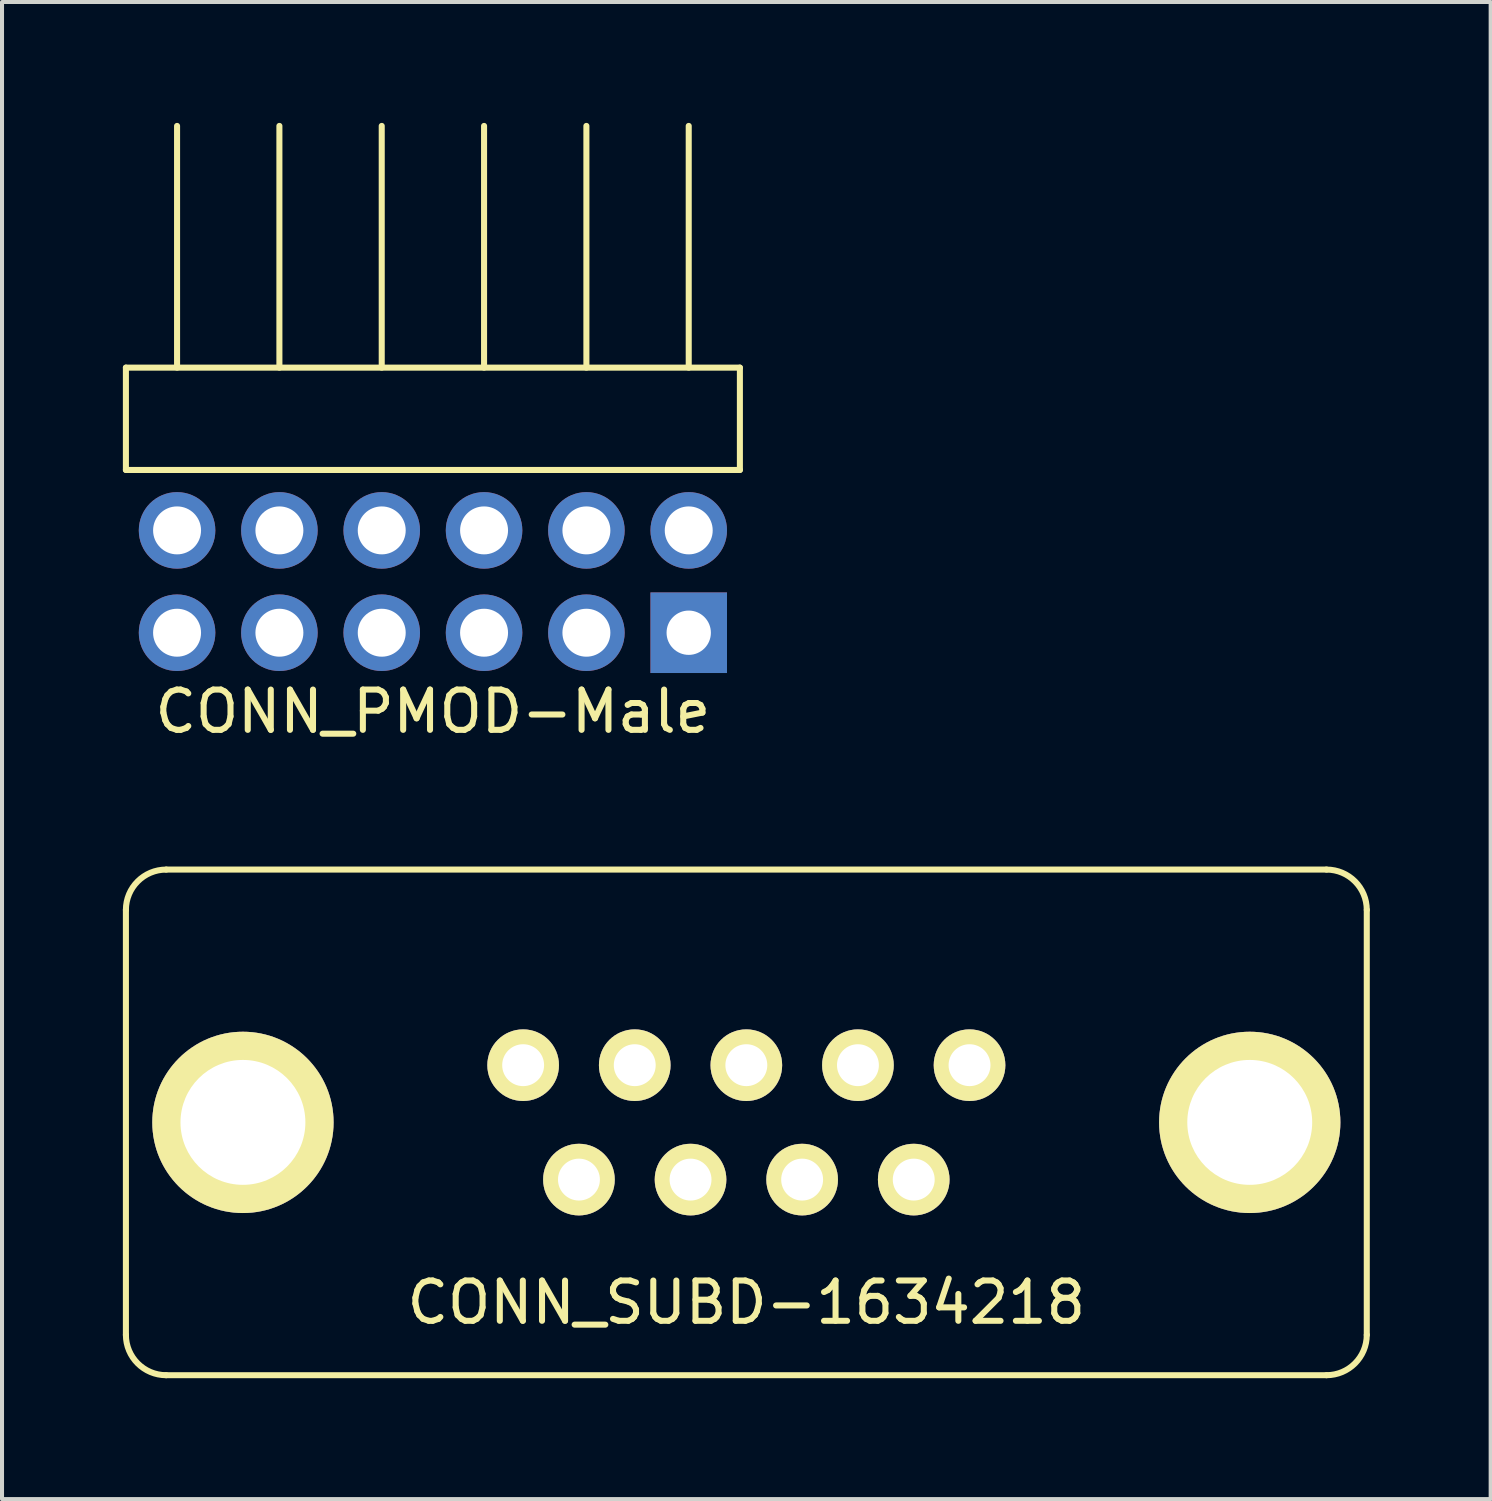
<source format=kicad_pcb>
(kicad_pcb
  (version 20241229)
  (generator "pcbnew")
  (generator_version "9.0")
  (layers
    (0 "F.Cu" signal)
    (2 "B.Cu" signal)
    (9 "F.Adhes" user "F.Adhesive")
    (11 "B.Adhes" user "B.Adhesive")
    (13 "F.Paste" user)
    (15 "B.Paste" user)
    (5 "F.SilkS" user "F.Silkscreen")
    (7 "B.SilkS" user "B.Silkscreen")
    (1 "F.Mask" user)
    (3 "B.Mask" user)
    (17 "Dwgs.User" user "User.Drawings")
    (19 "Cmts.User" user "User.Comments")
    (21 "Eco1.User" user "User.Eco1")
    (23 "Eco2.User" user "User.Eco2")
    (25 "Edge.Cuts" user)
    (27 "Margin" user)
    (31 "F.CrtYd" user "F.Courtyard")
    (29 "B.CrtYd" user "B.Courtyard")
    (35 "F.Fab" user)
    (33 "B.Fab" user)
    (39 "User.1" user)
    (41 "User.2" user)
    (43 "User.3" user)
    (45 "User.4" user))
  (footprint "CONN_SUBD-1634218"
    (layer "F.Cu")
    (at 15.475 24.809)
    (property "Reference" "CONN_SUBD-1634218" (at 0 4.47 0) (layer "F.SilkS") (effects (font (size 1 1) (thickness 0.15))))
    (attr through_hole)
    (fp_line (start -15.4 5.275) (end -15.4 -5.275) (stroke (width 0.15) (type solid)) (layer "F.SilkS"))
    (fp_line (start -14.4 -6.275) (end 14.4 -6.275) (stroke (width 0.15) (type solid)) (layer "F.SilkS"))
    (fp_line (start 14.4 6.275) (end -14.4 6.275) (stroke (width 0.15) (type solid)) (layer "F.SilkS"))
    (fp_line (start 15.4 -5.275) (end 15.4 5.275) (stroke (width 0.15) (type solid)) (layer "F.SilkS"))
    (fp_arc (start -15.4 -5.275) (mid -15.107107 -5.982107) (end -14.4 -6.275) (stroke (width 0.15) (type solid)) (layer "F.SilkS"))
    (fp_arc (start -14.4 6.275) (mid -15.107107 5.982107) (end -15.4 5.275) (stroke (width 0.15) (type solid)) (layer "F.SilkS"))
    (fp_arc (start 14.4 -6.275) (mid 15.107107 -5.982107) (end 15.4 -5.275) (stroke (width 0.15) (type solid)) (layer "F.SilkS"))
    (fp_arc (start 15.4 5.275) (mid 15.107107 5.982107) (end 14.4 6.275) (stroke (width 0.15) (type solid)) (layer "F.SilkS"))
    (pad "0" thru_hole circle (at -12.495 0) (size 4.5 4.5) (drill 3.1) (layers "*.Cu" "*.Mask" "F.SilkS"))
    (pad "0" thru_hole circle (at 12.495 0) (size 4.5 4.5) (drill 3.1) (layers "*.Cu" "*.Mask" "F.SilkS"))
    (pad "1" thru_hole circle (at -5.54 -1.42) (size 1.778 1.778) (drill 1.04) (layers "*.Cu" "*.Mask" "F.SilkS"))
    (pad "2" thru_hole circle (at -2.77 -1.42) (size 1.778 1.778) (drill 1.04) (layers "*.Cu" "*.Mask" "F.SilkS"))
    (pad "3" thru_hole circle (at 0 -1.42) (size 1.778 1.778) (drill 1.04) (layers "*.Cu" "*.Mask" "F.SilkS"))
    (pad "4" thru_hole circle (at 2.77 -1.42) (size 1.778 1.778) (drill 1.04) (layers "*.Cu" "*.Mask" "F.SilkS"))
    (pad "5" thru_hole circle (at 5.54 -1.42) (size 1.778 1.778) (drill 1.04) (layers "*.Cu" "*.Mask" "F.SilkS"))
    (pad "6" thru_hole circle (at -4.155 1.42) (size 1.778 1.778) (drill 1.04) (layers "*.Cu" "*.Mask" "F.SilkS"))
    (pad "7" thru_hole circle (at -1.385 1.42) (size 1.778 1.778) (drill 1.04) (layers "*.Cu" "*.Mask" "F.SilkS"))
    (pad "8" thru_hole circle (at 1.385 1.42) (size 1.778 1.778) (drill 1.04) (layers "*.Cu" "*.Mask" "F.SilkS"))
    (pad "9" thru_hole circle (at 4.155 1.42) (size 1.778 1.778) (drill 1.04) (layers "*.Cu" "*.Mask" "F.SilkS")))
  (footprint "CONN_PMOD-Male"
    (layer "F.Cu")
    (at 7.695 10.115)
    (property "Reference" "CONN_PMOD-Male" (at 0 4.496 0) (layer "F.SilkS") (effects (font (size 1 1) (thickness 0.15))))
    (attr through_hole)
    (fp_line (start -7.62 -1.5) (end -7.62 -4.04) (stroke (width 0.15) (type solid)) (layer "F.SilkS"))
    (fp_line (start -7.62 -1.5) (end 7.62 -1.5) (stroke (width 0.15) (type solid)) (layer "F.SilkS"))
    (fp_line (start -6.35 -10.04) (end -6.35 -4.04) (stroke (width 0.15) (type solid)) (layer "F.SilkS"))
    (fp_line (start -3.81 -10.04) (end -3.81 -4.04) (stroke (width 0.15) (type solid)) (layer "F.SilkS"))
    (fp_line (start -1.27 -10.04) (end -1.27 -4.04) (stroke (width 0.15) (type solid)) (layer "F.SilkS"))
    (fp_line (start 1.27 -10.04) (end 1.27 -4.04) (stroke (width 0.15) (type solid)) (layer "F.SilkS"))
    (fp_line (start 3.81 -10.04) (end 3.81 -4.04) (stroke (width 0.15) (type solid)) (layer "F.SilkS"))
    (fp_line (start 6.35 -10.04) (end 6.35 -4.04) (stroke (width 0.15) (type solid)) (layer "F.SilkS"))
    (fp_line (start 7.62 -4.04) (end -7.62 -4.04) (stroke (width 0.15) (type solid)) (layer "F.SilkS"))
    (fp_line (start 7.62 -1.5) (end 7.62 -4.04) (stroke (width 0.15) (type solid)) (layer "F.SilkS"))
    (pad "1" thru_hole rect (at 6.35 2.54) (size 1.9 2) (drill 1.1) (layers "*.Cu" "*.Mask"))
    (pad "2" thru_hole circle (at 3.81 2.54) (size 1.9 1.9) (drill 1.19) (layers "*.Cu" "*.Mask"))
    (pad "3" thru_hole circle (at 1.27 2.54) (size 1.9 1.9) (drill 1.19) (layers "*.Cu" "*.Mask"))
    (pad "4" thru_hole circle (at -1.27 2.54) (size 1.9 1.9) (drill 1.19) (layers "*.Cu" "*.Mask"))
    (pad "5" thru_hole circle (at -3.81 2.54) (size 1.9 1.9) (drill 1.19) (layers "*.Cu" "*.Mask"))
    (pad "6" thru_hole circle (at -6.35 2.54) (size 1.9 1.9) (drill 1.19) (layers "*.Cu" "*.Mask"))
    (pad "7" thru_hole circle (at 6.35 0) (size 1.9 1.9) (drill 1.19) (layers "*.Cu" "*.Mask"))
    (pad "8" thru_hole circle (at 3.81 0) (size 1.9 1.9) (drill 1.19) (layers "*.Cu" "*.Mask"))
    (pad "9" thru_hole circle (at 1.27 0) (size 1.9 1.9) (drill 1.19) (layers "*.Cu" "*.Mask"))
    (pad "10" thru_hole circle (at -1.27 0) (size 1.9 1.9) (drill 1.19) (layers "*.Cu" "*.Mask"))
    (pad "11" thru_hole circle (at -3.81 0) (size 1.9 1.9) (drill 1.19) (layers "*.Cu" "*.Mask"))
    (pad "12" thru_hole circle (at -6.35 0) (size 1.9 1.9) (drill 1.19) (layers "*.Cu" "*.Mask")))
  (gr_rect
    (start -3 -3)
    (end 33.95 34.159)
    (stroke (width 0.1) (type default))
    (fill no)
    (layer "Edge.Cuts")))
</source>
